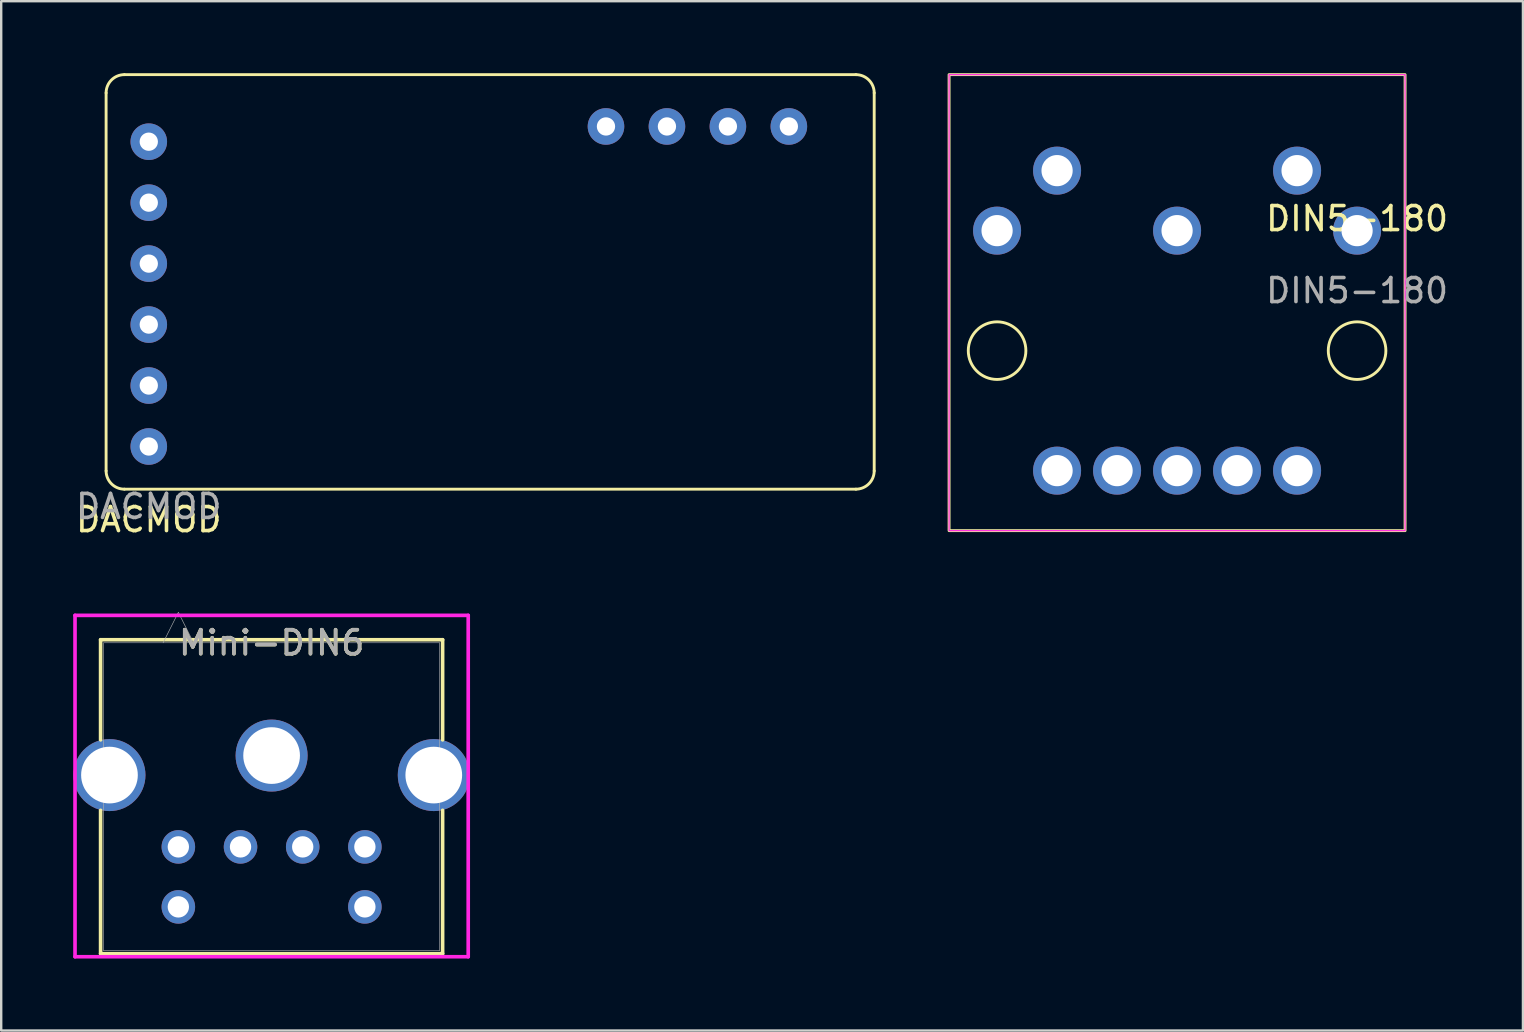
<source format=kicad_pcb>
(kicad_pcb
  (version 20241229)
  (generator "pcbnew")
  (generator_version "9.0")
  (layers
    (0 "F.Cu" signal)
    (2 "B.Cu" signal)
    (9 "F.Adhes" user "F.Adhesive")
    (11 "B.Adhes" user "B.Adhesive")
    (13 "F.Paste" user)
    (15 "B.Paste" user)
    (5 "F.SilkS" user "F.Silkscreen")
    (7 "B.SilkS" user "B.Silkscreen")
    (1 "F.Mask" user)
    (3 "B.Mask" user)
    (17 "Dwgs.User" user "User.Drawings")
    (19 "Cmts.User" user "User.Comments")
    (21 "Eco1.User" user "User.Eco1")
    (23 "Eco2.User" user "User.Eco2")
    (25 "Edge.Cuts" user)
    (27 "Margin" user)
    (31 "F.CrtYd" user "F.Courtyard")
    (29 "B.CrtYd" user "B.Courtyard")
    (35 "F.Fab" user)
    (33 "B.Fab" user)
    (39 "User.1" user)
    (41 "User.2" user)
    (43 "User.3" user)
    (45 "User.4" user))
  (footprint "DIN5-180"
    (layer "F.Cu")
    (at 53.495 6.56)
    (property "Reference" "DIN5-180" (at 0 -0.5 0) (unlocked yes) (layer "F.SilkS") (effects (font (size 1 1) (thickness 0.15))))
    (attr through_hole)
    (fp_rect (start -17 -6.5) (end 2 12.5) (stroke (width 0.12) (type default)) (fill no) (layer "F.SilkS"))
    (fp_circle (center -15 5) (end -13.8 5) (stroke (width 0.12) (type default)) (fill no) (layer "F.SilkS"))
    (fp_circle (center 0 5) (end 1.2 5) (stroke (width 0.12) (type default)) (fill no) (layer "F.SilkS"))
    (fp_rect (start 2 -6.5) (end -17 12.5) (stroke (width 0.05) (type default)) (fill no) (layer "F.CrtYd"))
    (fp_text user "${REFERENCE}" (at 0 2.5 0) (unlocked yes) (layer "F.Fab") (effects (font (size 1 1) (thickness 0.15))))
    (pad "1" thru_hole circle (at 0 0) (size 2 2) (drill 1.3) (layers "*.Cu" "*.Mask"))
    (pad "2" thru_hole circle (at -7.5 0) (size 2 2) (drill 1.3) (layers "*.Cu" "*.Mask"))
    (pad "3" thru_hole circle (at -15 0) (size 2 2) (drill 1.3) (layers "*.Cu" "*.Mask"))
    (pad "4" thru_hole circle (at -2.5 -2.5) (size 2 2) (drill 1.3) (layers "*.Cu" "*.Mask"))
    (pad "5" thru_hole circle (at -12.5 -2.5) (size 2 2) (drill 1.3) (layers "*.Cu" "*.Mask"))
    (pad "MH1" thru_hole circle (at -5 10) (size 2 2) (drill 1.3) (layers "*.Cu" "*.Mask"))
    (pad "MH2" thru_hole circle (at -10 10) (size 2 2) (drill 1.3) (layers "*.Cu" "*.Mask"))
    (pad "MH3" thru_hole circle (at -7.5 10) (size 2 2) (drill 1.3) (layers "*.Cu" "*.Mask"))
    (pad "MH4" thru_hole circle (at -2.5 10) (size 2 2) (drill 1.3) (layers "*.Cu" "*.Mask"))
    (pad "MH5" thru_hole circle (at -12.5 10) (size 2 2) (drill 1.3) (layers "*.Cu" "*.Mask")))
  (footprint "DACMOD"
    (layer "F.Cu")
    (at 3.149 15.554)
    (property "Reference" "DACMOD" (at 0 3.048 0) (unlocked yes) (layer "F.SilkS") (effects (font (size 1 1) (thickness 0.15))))
    (attr through_hole)
    (fp_line (start -1.778 1.016) (end -1.778 -14.732) (stroke (width 0.12) (type default)) (layer "F.SilkS"))
    (fp_line (start -1.016 -15.494) (end 29.464 -15.494) (stroke (width 0.12) (type default)) (layer "F.SilkS"))
    (fp_line (start 29.464 1.778) (end -1.016 1.778) (stroke (width 0.12) (type default)) (layer "F.SilkS"))
    (fp_line (start 30.226 -14.732) (end 30.226 1.016) (stroke (width 0.12) (type default)) (layer "F.SilkS"))
    (fp_arc (start -1.778 -14.732) (mid -1.554815 -15.270815) (end -1.016 -15.494) (stroke (width 0.12) (type default)) (layer "F.SilkS"))
    (fp_arc (start -1.016 1.778) (mid -1.554815 1.554815) (end -1.778 1.016) (stroke (width 0.12) (type default)) (layer "F.SilkS"))
    (fp_arc (start 29.464 -15.494) (mid 30.002815 -15.270815) (end 30.226 -14.732) (stroke (width 0.12) (type default)) (layer "F.SilkS"))
    (fp_arc (start 30.226 1.016) (mid 30.002815 1.554815) (end 29.464 1.778) (stroke (width 0.12) (type default)) (layer "F.SilkS"))
    (fp_text user "${REFERENCE}" (at 0 2.5 0) (unlocked yes) (layer "F.Fab") (effects (font (size 1 1) (thickness 0.15))))
    (pad "1" thru_hole circle (at 0 0) (size 1.524 1.524) (drill 0.762) (layers "*.Cu" "*.Mask"))
    (pad "2" thru_hole circle (at 0 -2.54) (size 1.524 1.524) (drill 0.762) (layers "*.Cu" "*.Mask"))
    (pad "3" thru_hole circle (at 0 -5.08) (size 1.524 1.524) (drill 0.762) (layers "*.Cu" "*.Mask"))
    (pad "4" thru_hole circle (at 0 -7.62) (size 1.524 1.524) (drill 0.762) (layers "*.Cu" "*.Mask"))
    (pad "5" thru_hole circle (at 0 -10.16) (size 1.524 1.524) (drill 0.762) (layers "*.Cu" "*.Mask"))
    (pad "6" thru_hole circle (at 0 -12.7) (size 1.524 1.524) (drill 0.762) (layers "*.Cu" "*.Mask"))
    (pad "7" thru_hole circle (at 26.67 -13.335) (size 1.524 1.524) (drill 0.762) (layers "*.Cu" "*.Mask"))
    (pad "8" thru_hole circle (at 24.13 -13.335) (size 1.524 1.524) (drill 0.762) (layers "*.Cu" "*.Mask"))
    (pad "9" thru_hole circle (at 21.59 -13.335) (size 1.524 1.524) (drill 0.762) (layers "*.Cu" "*.Mask"))
    (pad "10" thru_hole circle (at 19.05 -13.335) (size 1.524 1.524) (drill 0.762) (layers "*.Cu" "*.Mask")))
  (footprint "Mini-DIN6"
    (layer "F.Cu")
    (at 4.381 32.237)
    (property "Reference" "Mini-DIN6" (at 3.886 -8.504 0) (unlocked yes) (layer "F.SilkS") (effects (font (size 1 1) (thickness 0.15))))
    (attr through_hole)
    (fp_line (start -3.239 -8.631) (end -3.239 -4.46) (stroke (width 0.152) (type solid)) (layer "F.SilkS"))
    (fp_line (start -3.239 -1.523) (end -3.239 4.45) (stroke (width 0.152) (type solid)) (layer "F.SilkS"))
    (fp_line (start -3.239 4.45) (end 11.011 4.45) (stroke (width 0.152) (type solid)) (layer "F.SilkS"))
    (fp_line (start 11.011 -8.631) (end -3.239 -8.631) (stroke (width 0.152) (type solid)) (layer "F.SilkS"))
    (fp_line (start 11.011 -4.46) (end 11.011 -8.631) (stroke (width 0.152) (type solid)) (layer "F.SilkS"))
    (fp_line (start 11.011 4.45) (end 11.011 -1.523) (stroke (width 0.152) (type solid)) (layer "F.SilkS"))
    (fp_line (start -4.305 -9.647) (end 12.078 -9.647) (stroke (width 0.152) (type solid)) (layer "F.CrtYd"))
    (fp_line (start -4.305 4.577) (end -4.305 -9.647) (stroke (width 0.152) (type solid)) (layer "F.CrtYd"))
    (fp_line (start 12.078 4.577) (end -4.305 4.577) (stroke (width 0.152) (type solid)) (layer "F.CrtYd"))
    (fp_line (start 12.078 4.577) (end 12.078 -9.647) (stroke (width 0.152) (type solid)) (layer "F.CrtYd"))
    (fp_line (start -3.111 -8.504) (end -3.111 4.323) (stroke (width 0.025) (type solid)) (layer "F.Fab"))
    (fp_line (start -3.111 4.323) (end 10.884 4.323) (stroke (width 0.025) (type solid)) (layer "F.Fab"))
    (fp_line (start -0.635 -8.504) (end 0 -9.774) (stroke (width 0.025) (type solid)) (layer "F.Fab"))
    (fp_line (start 0.635 -8.504) (end 0 -9.774) (stroke (width 0.025) (type solid)) (layer "F.Fab"))
    (fp_line (start 10.884 -8.504) (end -3.111 -8.504) (stroke (width 0.025) (type solid)) (layer "F.Fab"))
    (fp_line (start 10.884 4.323) (end 10.884 -8.504) (stroke (width 0.025) (type solid)) (layer "F.Fab"))
    (fp_text user "${REFERENCE}" (at 3.886 -8.504 0) (unlocked yes) (layer "F.Fab") (effects (font (size 1 1) (thickness 0.15))))
    (pad "1" thru_hole circle (at 5.182 0) (size 1.397 1.397) (drill 0.889) (layers "*.Cu" "*.Mask"))
    (pad "2" thru_hole circle (at 2.591 0) (size 1.397 1.397) (drill 0.889) (layers "*.Cu" "*.Mask"))
    (pad "3" thru_hole circle (at 7.772 0) (size 1.397 1.397) (drill 0.889) (layers "*.Cu" "*.Mask"))
    (pad "4" thru_hole circle (at 0 0) (size 1.397 1.397) (drill 0.889) (layers "*.Cu" "*.Mask"))
    (pad "5" thru_hole circle (at 7.772 2.5) (size 1.397 1.397) (drill 0.889) (layers "*.Cu" "*.Mask"))
    (pad "6" thru_hole circle (at -2.87 -2.992 90) (size 3 3) (drill 2.362) (layers "*.Cu" "*.Mask"))
    (pad "6" thru_hole circle (at 0 2.5) (size 1.397 1.397) (drill 0.889) (layers "*.Cu" "*.Mask"))
    (pad "7" thru_hole circle (at 10.643 -2.992 90) (size 3 3) (drill 2.362) (layers "*.Cu" "*.Mask"))
    (pad "10" thru_hole circle (at 3.886 -3.805) (size 3 3) (drill 2.362) (layers "*.Cu" "*.Mask")))
  (gr_rect
    (start -3 -3)
    (end 60.406 39.89)
    (stroke (width 0.1) (type default))
    (fill no)
    (layer "Edge.Cuts")))
</source>
